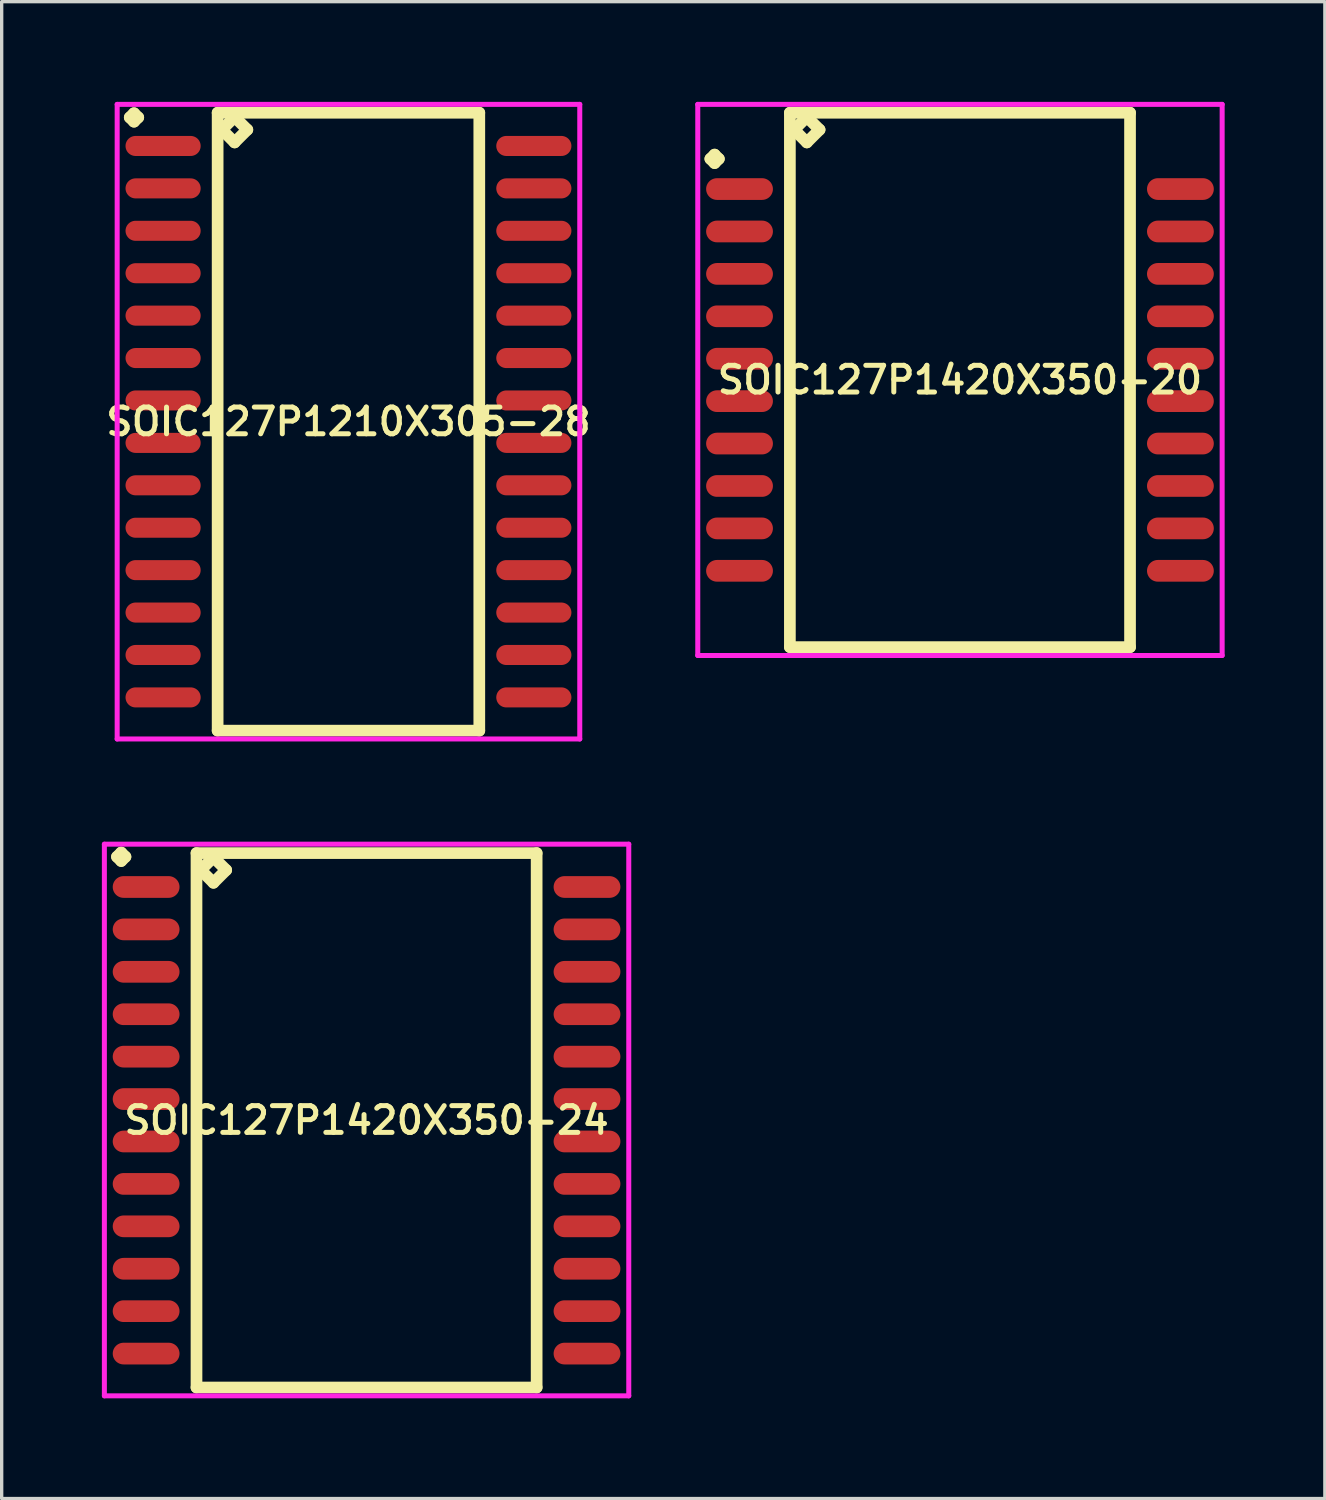
<source format=kicad_pcb>
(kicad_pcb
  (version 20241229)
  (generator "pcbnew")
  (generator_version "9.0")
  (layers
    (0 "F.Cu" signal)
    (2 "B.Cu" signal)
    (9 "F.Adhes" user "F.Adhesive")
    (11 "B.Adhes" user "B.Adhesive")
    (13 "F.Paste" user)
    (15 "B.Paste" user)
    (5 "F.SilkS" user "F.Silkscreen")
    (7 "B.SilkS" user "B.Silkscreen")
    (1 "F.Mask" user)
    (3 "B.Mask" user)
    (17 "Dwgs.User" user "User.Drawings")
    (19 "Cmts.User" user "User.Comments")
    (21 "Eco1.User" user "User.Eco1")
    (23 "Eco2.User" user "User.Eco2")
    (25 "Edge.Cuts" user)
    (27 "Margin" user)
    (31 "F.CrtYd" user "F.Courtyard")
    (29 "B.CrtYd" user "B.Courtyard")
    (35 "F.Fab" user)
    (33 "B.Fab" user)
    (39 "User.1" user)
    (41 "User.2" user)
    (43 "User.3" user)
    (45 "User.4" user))
  (footprint "SOIC127P1210X305-28"
    (layer "F.Cu")
    (at 7.383 9.575)
    (property "Reference" "SOIC127P1210X305-28" (at 0 0 0) (layer "F.SilkS") (effects (font (size 0.8 0.8) (thickness 0.15))))
    (attr through_hole)
    (fp_line (start -6.548 -9.109) (end -6.421 -9.236) (stroke (width 0.35) (type solid)) (layer "F.SilkS"))
    (fp_line (start -6.421 -9.236) (end -6.294 -9.109) (stroke (width 0.35) (type solid)) (layer "F.SilkS"))
    (fp_line (start -6.421 -8.982) (end -6.548 -9.109) (stroke (width 0.35) (type solid)) (layer "F.SilkS"))
    (fp_line (start -6.294 -9.109) (end -6.421 -8.982) (stroke (width 0.35) (type solid)) (layer "F.SilkS"))
    (fp_line (start -3.917 -9.25) (end -3.917 9.25) (stroke (width 0.35) (type solid)) (layer "F.SilkS"))
    (fp_line (start -3.917 9.25) (end 3.917 9.25) (stroke (width 0.35) (type solid)) (layer "F.SilkS"))
    (fp_line (start -3.79 -8.742) (end -3.409 -9.123) (stroke (width 0.35) (type solid)) (layer "F.SilkS"))
    (fp_line (start -3.409 -9.123) (end -3.028 -8.742) (stroke (width 0.35) (type solid)) (layer "F.SilkS"))
    (fp_line (start -3.409 -8.361) (end -3.79 -8.742) (stroke (width 0.35) (type solid)) (layer "F.SilkS"))
    (fp_line (start -3.028 -8.742) (end -3.409 -8.361) (stroke (width 0.35) (type solid)) (layer "F.SilkS"))
    (fp_line (start 3.917 -9.25) (end -3.917 -9.25) (stroke (width 0.35) (type solid)) (layer "F.SilkS"))
    (fp_line (start 3.917 9.25) (end 3.917 -9.25) (stroke (width 0.35) (type solid)) (layer "F.SilkS"))
    (fp_line (start -6.925 -9.5) (end 6.925 -9.5) (stroke (width 0.15) (type solid)) (layer "F.CrtYd"))
    (fp_line (start -6.925 9.5) (end -6.925 -9.5) (stroke (width 0.15) (type solid)) (layer "F.CrtYd"))
    (fp_line (start 6.925 -9.5) (end 6.925 9.5) (stroke (width 0.15) (type solid)) (layer "F.CrtYd"))
    (fp_line (start 6.925 9.5) (end -6.925 9.5) (stroke (width 0.15) (type solid)) (layer "F.CrtYd"))
    (pad "1" smd oval (at -5.55 -8.255) (size 2.25 0.6) (layers "F.Cu" "F.Mask" "F.Paste"))
    (pad "2" smd oval (at -5.55 -6.985) (size 2.25 0.6) (layers "F.Cu" "F.Mask" "F.Paste"))
    (pad "3" smd oval (at -5.55 -5.715) (size 2.25 0.6) (layers "F.Cu" "F.Mask" "F.Paste"))
    (pad "4" smd oval (at -5.55 -4.445) (size 2.25 0.6) (layers "F.Cu" "F.Mask" "F.Paste"))
    (pad "5" smd oval (at -5.55 -3.175) (size 2.25 0.6) (layers "F.Cu" "F.Mask" "F.Paste"))
    (pad "6" smd oval (at -5.55 -1.905) (size 2.25 0.6) (layers "F.Cu" "F.Mask" "F.Paste"))
    (pad "7" smd oval (at -5.55 -0.635) (size 2.25 0.6) (layers "F.Cu" "F.Mask" "F.Paste"))
    (pad "8" smd oval (at -5.55 0.635) (size 2.25 0.6) (layers "F.Cu" "F.Mask" "F.Paste"))
    (pad "9" smd oval (at -5.55 1.905) (size 2.25 0.6) (layers "F.Cu" "F.Mask" "F.Paste"))
    (pad "10" smd oval (at -5.55 3.175) (size 2.25 0.6) (layers "F.Cu" "F.Mask" "F.Paste"))
    (pad "11" smd oval (at -5.55 4.445) (size 2.25 0.6) (layers "F.Cu" "F.Mask" "F.Paste"))
    (pad "12" smd oval (at -5.55 5.715) (size 2.25 0.6) (layers "F.Cu" "F.Mask" "F.Paste"))
    (pad "13" smd oval (at -5.55 6.985) (size 2.25 0.6) (layers "F.Cu" "F.Mask" "F.Paste"))
    (pad "14" smd oval (at -5.55 8.255) (size 2.25 0.6) (layers "F.Cu" "F.Mask" "F.Paste"))
    (pad "15" smd oval (at 5.55 8.255) (size 2.25 0.6) (layers "F.Cu" "F.Mask" "F.Paste"))
    (pad "16" smd oval (at 5.55 6.985) (size 2.25 0.6) (layers "F.Cu" "F.Mask" "F.Paste"))
    (pad "17" smd oval (at 5.55 5.715) (size 2.25 0.6) (layers "F.Cu" "F.Mask" "F.Paste"))
    (pad "18" smd oval (at 5.55 4.445) (size 2.25 0.6) (layers "F.Cu" "F.Mask" "F.Paste"))
    (pad "19" smd oval (at 5.55 3.175) (size 2.25 0.6) (layers "F.Cu" "F.Mask" "F.Paste"))
    (pad "20" smd oval (at 5.55 1.905) (size 2.25 0.6) (layers "F.Cu" "F.Mask" "F.Paste"))
    (pad "21" smd oval (at 5.55 0.635) (size 2.25 0.6) (layers "F.Cu" "F.Mask" "F.Paste"))
    (pad "22" smd oval (at 5.55 -0.635) (size 2.25 0.6) (layers "F.Cu" "F.Mask" "F.Paste"))
    (pad "23" smd oval (at 5.55 -1.905) (size 2.25 0.6) (layers "F.Cu" "F.Mask" "F.Paste"))
    (pad "24" smd oval (at 5.55 -3.175) (size 2.25 0.6) (layers "F.Cu" "F.Mask" "F.Paste"))
    (pad "25" smd oval (at 5.55 -4.445) (size 2.25 0.6) (layers "F.Cu" "F.Mask" "F.Paste"))
    (pad "26" smd oval (at 5.55 -5.715) (size 2.25 0.6) (layers "F.Cu" "F.Mask" "F.Paste"))
    (pad "27" smd oval (at 5.55 -6.985) (size 2.25 0.6) (layers "F.Cu" "F.Mask" "F.Paste"))
    (pad "28" smd oval (at 5.55 -8.255) (size 2.25 0.6) (layers "F.Cu" "F.Mask" "F.Paste")))
  (footprint "SOIC127P1420X350-24"
    (layer "F.Cu")
    (at 7.925 30.491)
    (property "Reference" "SOIC127P1420X350-24" (at 0 0 0) (layer "F.SilkS") (effects (font (size 0.8 0.8) (thickness 0.15))))
    (attr smd)
    (fp_line (start -7.473 -7.889) (end -7.346 -8.016) (stroke (width 0.35) (type solid)) (layer "F.SilkS"))
    (fp_line (start -7.346 -8.016) (end -7.219 -7.889) (stroke (width 0.35) (type solid)) (layer "F.SilkS"))
    (fp_line (start -7.346 -7.762) (end -7.473 -7.889) (stroke (width 0.35) (type solid)) (layer "F.SilkS"))
    (fp_line (start -7.219 -7.889) (end -7.346 -7.762) (stroke (width 0.35) (type solid)) (layer "F.SilkS"))
    (fp_line (start -5.092 -8) (end -5.092 8) (stroke (width 0.35) (type solid)) (layer "F.SilkS"))
    (fp_line (start -5.092 8) (end 5.092 8) (stroke (width 0.35) (type solid)) (layer "F.SilkS"))
    (fp_line (start -4.965 -7.492) (end -4.584 -7.873) (stroke (width 0.35) (type solid)) (layer "F.SilkS"))
    (fp_line (start -4.584 -7.873) (end -4.203 -7.492) (stroke (width 0.35) (type solid)) (layer "F.SilkS"))
    (fp_line (start -4.584 -7.111) (end -4.965 -7.492) (stroke (width 0.35) (type solid)) (layer "F.SilkS"))
    (fp_line (start -4.203 -7.492) (end -4.584 -7.111) (stroke (width 0.35) (type solid)) (layer "F.SilkS"))
    (fp_line (start 5.092 -8) (end -5.092 -8) (stroke (width 0.35) (type solid)) (layer "F.SilkS"))
    (fp_line (start 5.092 8) (end 5.092 -8) (stroke (width 0.35) (type solid)) (layer "F.SilkS"))
    (fp_line (start -7.85 -8.266) (end 7.85 -8.266) (stroke (width 0.15) (type solid)) (layer "F.CrtYd"))
    (fp_line (start -7.85 8.25) (end -7.85 -8.266) (stroke (width 0.15) (type solid)) (layer "F.CrtYd"))
    (fp_line (start 7.85 -8.266) (end 7.85 8.25) (stroke (width 0.15) (type solid)) (layer "F.CrtYd"))
    (fp_line (start 7.85 8.25) (end -7.85 8.25) (stroke (width 0.15) (type solid)) (layer "F.CrtYd"))
    (pad "1" smd oval (at -6.6 -6.985) (size 2 0.65) (layers "F.Cu" "F.Mask" "F.Paste"))
    (pad "2" smd oval (at -6.6 -5.715) (size 2 0.65) (layers "F.Cu" "F.Mask" "F.Paste"))
    (pad "3" smd oval (at -6.6 -4.445) (size 2 0.65) (layers "F.Cu" "F.Mask" "F.Paste"))
    (pad "4" smd oval (at -6.6 -3.175) (size 2 0.65) (layers "F.Cu" "F.Mask" "F.Paste"))
    (pad "5" smd oval (at -6.6 -1.905) (size 2 0.65) (layers "F.Cu" "F.Mask" "F.Paste"))
    (pad "6" smd oval (at -6.6 -0.635) (size 2 0.65) (layers "F.Cu" "F.Mask" "F.Paste"))
    (pad "7" smd oval (at -6.6 0.635) (size 2 0.65) (layers "F.Cu" "F.Mask" "F.Paste"))
    (pad "8" smd oval (at -6.6 1.905) (size 2 0.65) (layers "F.Cu" "F.Mask" "F.Paste"))
    (pad "9" smd oval (at -6.6 3.175) (size 2 0.65) (layers "F.Cu" "F.Mask" "F.Paste"))
    (pad "10" smd oval (at -6.6 4.445) (size 2 0.65) (layers "F.Cu" "F.Mask" "F.Paste"))
    (pad "11" smd oval (at -6.6 5.715) (size 2 0.65) (layers "F.Cu" "F.Mask" "F.Paste"))
    (pad "12" smd oval (at -6.6 6.985) (size 2 0.65) (layers "F.Cu" "F.Mask" "F.Paste"))
    (pad "13" smd oval (at 6.6 6.985) (size 2 0.65) (layers "F.Cu" "F.Mask" "F.Paste"))
    (pad "14" smd oval (at 6.6 5.715) (size 2 0.65) (layers "F.Cu" "F.Mask" "F.Paste"))
    (pad "15" smd oval (at 6.6 4.445) (size 2 0.65) (layers "F.Cu" "F.Mask" "F.Paste"))
    (pad "16" smd oval (at 6.6 3.175) (size 2 0.65) (layers "F.Cu" "F.Mask" "F.Paste"))
    (pad "17" smd oval (at 6.6 1.905) (size 2 0.65) (layers "F.Cu" "F.Mask" "F.Paste"))
    (pad "18" smd oval (at 6.6 0.635) (size 2 0.65) (layers "F.Cu" "F.Mask" "F.Paste"))
    (pad "19" smd oval (at 6.6 -0.635) (size 2 0.65) (layers "F.Cu" "F.Mask" "F.Paste"))
    (pad "20" smd oval (at 6.6 -1.905) (size 2 0.65) (layers "F.Cu" "F.Mask" "F.Paste"))
    (pad "21" smd oval (at 6.6 -3.175) (size 2 0.65) (layers "F.Cu" "F.Mask" "F.Paste"))
    (pad "22" smd oval (at 6.6 -4.445) (size 2 0.65) (layers "F.Cu" "F.Mask" "F.Paste"))
    (pad "23" smd oval (at 6.6 -5.715) (size 2 0.65) (layers "F.Cu" "F.Mask" "F.Paste"))
    (pad "24" smd oval (at 6.6 -6.985) (size 2 0.65) (layers "F.Cu" "F.Mask" "F.Paste")))
  (footprint "SOIC127P1420X350-20"
    (layer "F.Cu")
    (at 25.691 8.325)
    (property "Reference" "SOIC127P1420X350-20" (at 0 0 0) (layer "F.SilkS") (effects (font (size 0.8 0.8) (thickness 0.15))))
    (attr through_hole)
    (fp_line (start -7.473 -6.619) (end -7.346 -6.746) (stroke (width 0.35) (type solid)) (layer "F.SilkS"))
    (fp_line (start -7.346 -6.746) (end -7.219 -6.619) (stroke (width 0.35) (type solid)) (layer "F.SilkS"))
    (fp_line (start -7.346 -6.492) (end -7.473 -6.619) (stroke (width 0.35) (type solid)) (layer "F.SilkS"))
    (fp_line (start -7.219 -6.619) (end -7.346 -6.492) (stroke (width 0.35) (type solid)) (layer "F.SilkS"))
    (fp_line (start -5.092 -8) (end -5.092 8) (stroke (width 0.35) (type solid)) (layer "F.SilkS"))
    (fp_line (start -5.092 8) (end 5.092 8) (stroke (width 0.35) (type solid)) (layer "F.SilkS"))
    (fp_line (start -4.965 -7.492) (end -4.584 -7.873) (stroke (width 0.35) (type solid)) (layer "F.SilkS"))
    (fp_line (start -4.584 -7.873) (end -4.203 -7.492) (stroke (width 0.35) (type solid)) (layer "F.SilkS"))
    (fp_line (start -4.584 -7.111) (end -4.965 -7.492) (stroke (width 0.35) (type solid)) (layer "F.SilkS"))
    (fp_line (start -4.203 -7.492) (end -4.584 -7.111) (stroke (width 0.35) (type solid)) (layer "F.SilkS"))
    (fp_line (start 5.092 -8) (end -5.092 -8) (stroke (width 0.35) (type solid)) (layer "F.SilkS"))
    (fp_line (start 5.092 8) (end 5.092 -8) (stroke (width 0.35) (type solid)) (layer "F.SilkS"))
    (fp_line (start -7.85 -8.25) (end 7.85 -8.25) (stroke (width 0.15) (type solid)) (layer "F.CrtYd"))
    (fp_line (start -7.85 8.25) (end -7.85 -8.25) (stroke (width 0.15) (type solid)) (layer "F.CrtYd"))
    (fp_line (start 7.85 -8.25) (end 7.85 8.25) (stroke (width 0.15) (type solid)) (layer "F.CrtYd"))
    (fp_line (start 7.85 8.25) (end -7.85 8.25) (stroke (width 0.15) (type solid)) (layer "F.CrtYd"))
    (pad "1" smd oval (at -6.6 -5.715) (size 2 0.65) (layers "F.Cu" "F.Mask" "F.Paste"))
    (pad "2" smd oval (at -6.6 -4.445) (size 2 0.65) (layers "F.Cu" "F.Mask" "F.Paste"))
    (pad "3" smd oval (at -6.6 -3.175) (size 2 0.65) (layers "F.Cu" "F.Mask" "F.Paste"))
    (pad "4" smd oval (at -6.6 -1.905) (size 2 0.65) (layers "F.Cu" "F.Mask" "F.Paste"))
    (pad "5" smd oval (at -6.6 -0.635) (size 2 0.65) (layers "F.Cu" "F.Mask" "F.Paste"))
    (pad "6" smd oval (at -6.6 0.635) (size 2 0.65) (layers "F.Cu" "F.Mask" "F.Paste"))
    (pad "7" smd oval (at -6.6 1.905) (size 2 0.65) (layers "F.Cu" "F.Mask" "F.Paste"))
    (pad "8" smd oval (at -6.6 3.175) (size 2 0.65) (layers "F.Cu" "F.Mask" "F.Paste"))
    (pad "9" smd oval (at -6.6 4.445) (size 2 0.65) (layers "F.Cu" "F.Mask" "F.Paste"))
    (pad "10" smd oval (at -6.6 5.715) (size 2 0.65) (layers "F.Cu" "F.Mask" "F.Paste"))
    (pad "11" smd oval (at 6.6 5.715) (size 2 0.65) (layers "F.Cu" "F.Mask" "F.Paste"))
    (pad "12" smd oval (at 6.6 4.445) (size 2 0.65) (layers "F.Cu" "F.Mask" "F.Paste"))
    (pad "13" smd oval (at 6.6 3.175) (size 2 0.65) (layers "F.Cu" "F.Mask" "F.Paste"))
    (pad "14" smd oval (at 6.6 1.905) (size 2 0.65) (layers "F.Cu" "F.Mask" "F.Paste"))
    (pad "15" smd oval (at 6.6 0.635) (size 2 0.65) (layers "F.Cu" "F.Mask" "F.Paste"))
    (pad "16" smd oval (at 6.6 -0.635) (size 2 0.65) (layers "F.Cu" "F.Mask" "F.Paste"))
    (pad "17" smd oval (at 6.6 -1.905) (size 2 0.65) (layers "F.Cu" "F.Mask" "F.Paste"))
    (pad "18" smd oval (at 6.6 -3.175) (size 2 0.65) (layers "F.Cu" "F.Mask" "F.Paste"))
    (pad "19" smd oval (at 6.6 -4.445) (size 2 0.65) (layers "F.Cu" "F.Mask" "F.Paste"))
    (pad "20" smd oval (at 6.6 -5.715) (size 2 0.65) (layers "F.Cu" "F.Mask" "F.Paste")))
  (gr_rect
    (start -3 -3)
    (end 36.616 41.816)
    (stroke (width 0.1) (type default))
    (fill no)
    (layer "Edge.Cuts")))
</source>
